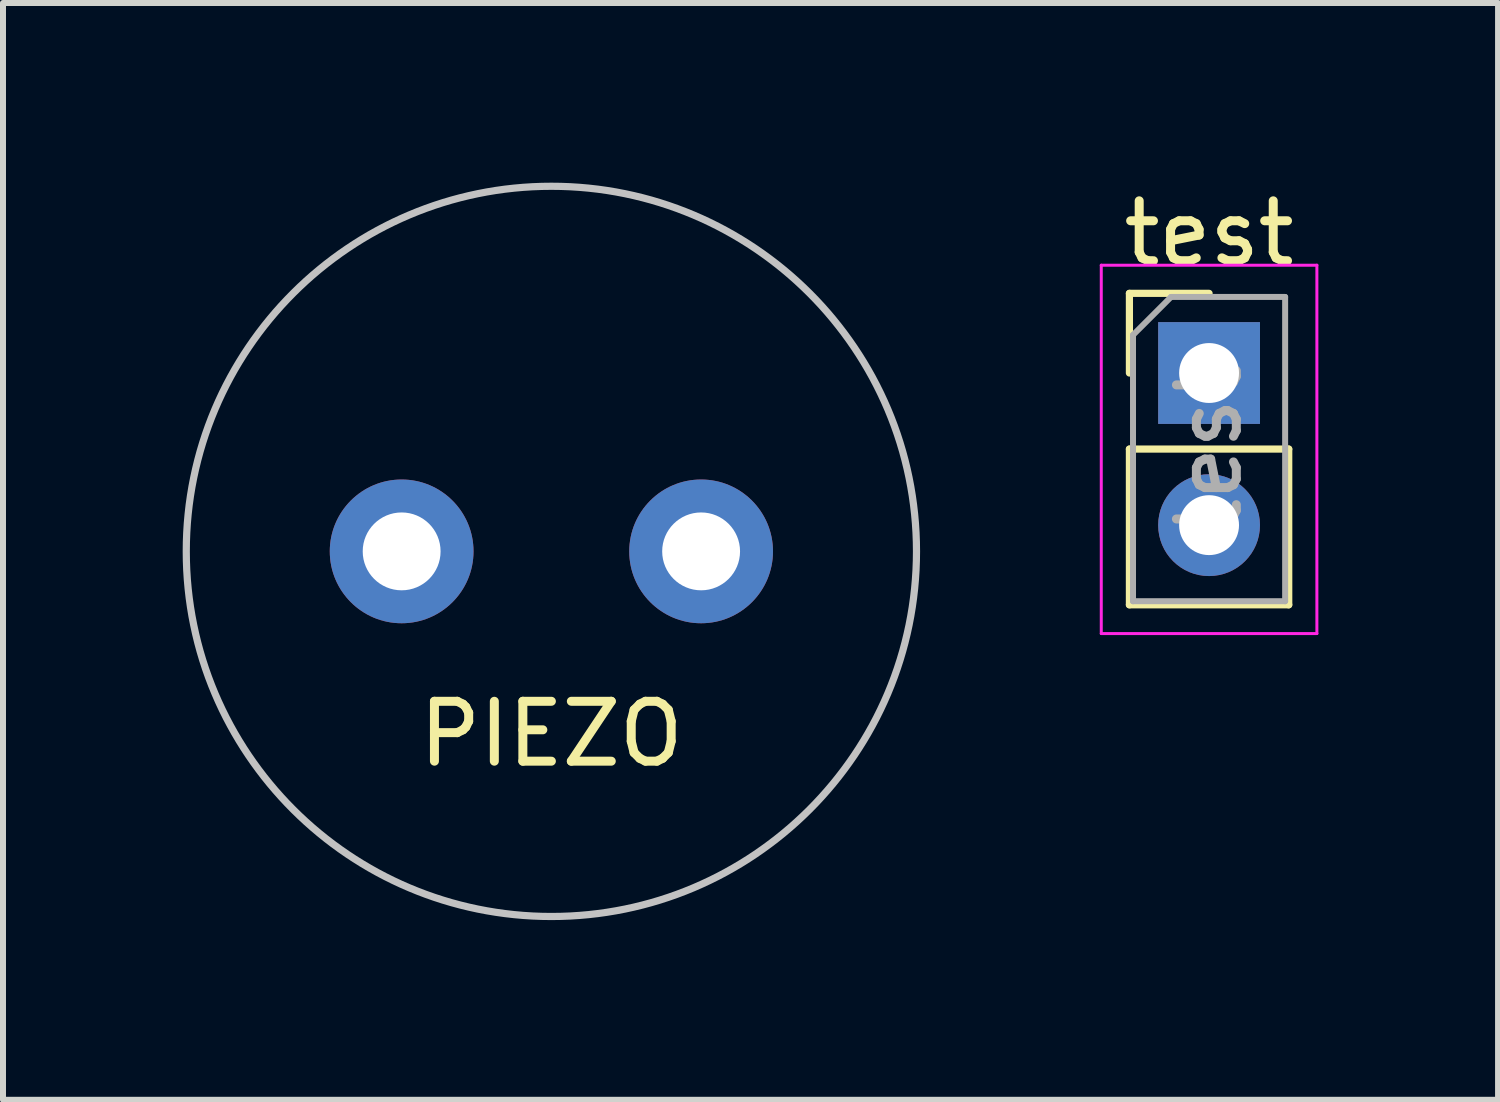
<source format=kicad_pcb>
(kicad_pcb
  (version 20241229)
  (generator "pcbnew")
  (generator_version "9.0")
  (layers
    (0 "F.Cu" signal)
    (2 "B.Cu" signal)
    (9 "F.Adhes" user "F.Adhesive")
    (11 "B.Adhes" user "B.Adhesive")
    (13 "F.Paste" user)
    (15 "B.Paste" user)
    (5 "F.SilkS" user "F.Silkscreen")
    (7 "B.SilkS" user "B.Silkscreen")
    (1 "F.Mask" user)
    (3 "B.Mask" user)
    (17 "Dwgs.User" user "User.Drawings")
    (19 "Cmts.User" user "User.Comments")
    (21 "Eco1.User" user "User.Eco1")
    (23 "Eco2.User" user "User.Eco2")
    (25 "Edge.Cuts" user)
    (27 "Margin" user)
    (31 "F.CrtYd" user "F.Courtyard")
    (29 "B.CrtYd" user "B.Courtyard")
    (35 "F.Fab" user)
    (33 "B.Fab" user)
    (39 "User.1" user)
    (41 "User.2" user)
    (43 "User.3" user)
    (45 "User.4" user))
  (footprint "test"
    (layer "F.Cu")
    (at 17.137 3.178)
    (property "Reference" "test" (at 0 -2.33 0) (layer "F.SilkS") (effects (font (size 1 1) (thickness 0.15))))
    (attr through_hole)
    (fp_line (start -1.33 -1.33) (end 0 -1.33) (stroke (width 0.12) (type solid)) (layer "F.SilkS"))
    (fp_line (start -1.33 0) (end -1.33 -1.33) (stroke (width 0.12) (type solid)) (layer "F.SilkS"))
    (fp_line (start -1.33 1.27) (end -1.33 3.87) (stroke (width 0.12) (type solid)) (layer "F.SilkS"))
    (fp_line (start -1.33 1.27) (end 1.33 1.27) (stroke (width 0.12) (type solid)) (layer "F.SilkS"))
    (fp_line (start -1.33 3.87) (end 1.33 3.87) (stroke (width 0.12) (type solid)) (layer "F.SilkS"))
    (fp_line (start 1.33 1.27) (end 1.33 3.87) (stroke (width 0.12) (type solid)) (layer "F.SilkS"))
    (fp_line (start -1.8 -1.8) (end -1.8 4.35) (stroke (width 0.05) (type solid)) (layer "F.CrtYd"))
    (fp_line (start -1.8 4.35) (end 1.8 4.35) (stroke (width 0.05) (type solid)) (layer "F.CrtYd"))
    (fp_line (start 1.8 -1.8) (end -1.8 -1.8) (stroke (width 0.05) (type solid)) (layer "F.CrtYd"))
    (fp_line (start 1.8 4.35) (end 1.8 -1.8) (stroke (width 0.05) (type solid)) (layer "F.CrtYd"))
    (fp_line (start -1.27 -0.635) (end -0.635 -1.27) (stroke (width 0.1) (type solid)) (layer "F.Fab"))
    (fp_line (start -1.27 3.81) (end -1.27 -0.635) (stroke (width 0.1) (type solid)) (layer "F.Fab"))
    (fp_line (start -0.635 -1.27) (end 1.27 -1.27) (stroke (width 0.1) (type solid)) (layer "F.Fab"))
    (fp_line (start 1.27 -1.27) (end 1.27 3.81) (stroke (width 0.1) (type solid)) (layer "F.Fab"))
    (fp_line (start 1.27 3.81) (end -1.27 3.81) (stroke (width 0.1) (type solid)) (layer "F.Fab"))
    (fp_text user "${REFERENCE}" (at 0 1.27 90) (layer "F.Fab") (effects (font (size 1 1) (thickness 0.15))))
    (pad "1" thru_hole rect (at 0 0) (size 1.7 1.7) (drill 1) (layers "*.Cu" "*.Mask"))
    (pad "2" thru_hole oval (at 0 2.54) (size 1.7 1.7) (drill 1) (layers "*.Cu" "*.Mask")))
  (footprint "PIEZO"
    (layer "F.Cu")
    (at 6.156 6.156)
    (property "Reference" "PIEZO" (at 0 3.048 0) (layer "F.SilkS") (effects (font (size 1 1) (thickness 0.15))))
    (attr through_hole)
    (fp_circle (center 0 0) (end 6.096 0) (stroke (width 0.12) (type solid)) (fill no) (layer "Dwgs.User"))
    (pad "1" thru_hole circle (at -2.5 0) (size 2.4 2.4) (drill 1.3) (layers "*.Cu" "*.Mask"))
    (pad "2" thru_hole circle (at 2.5 0) (size 2.4 2.4) (drill 1.3) (layers "*.Cu" "*.Mask")))
  (gr_rect
    (start -3 -3)
    (end 21.962 15.312)
    (stroke (width 0.1) (type default))
    (fill no)
    (layer "Edge.Cuts")))
</source>
